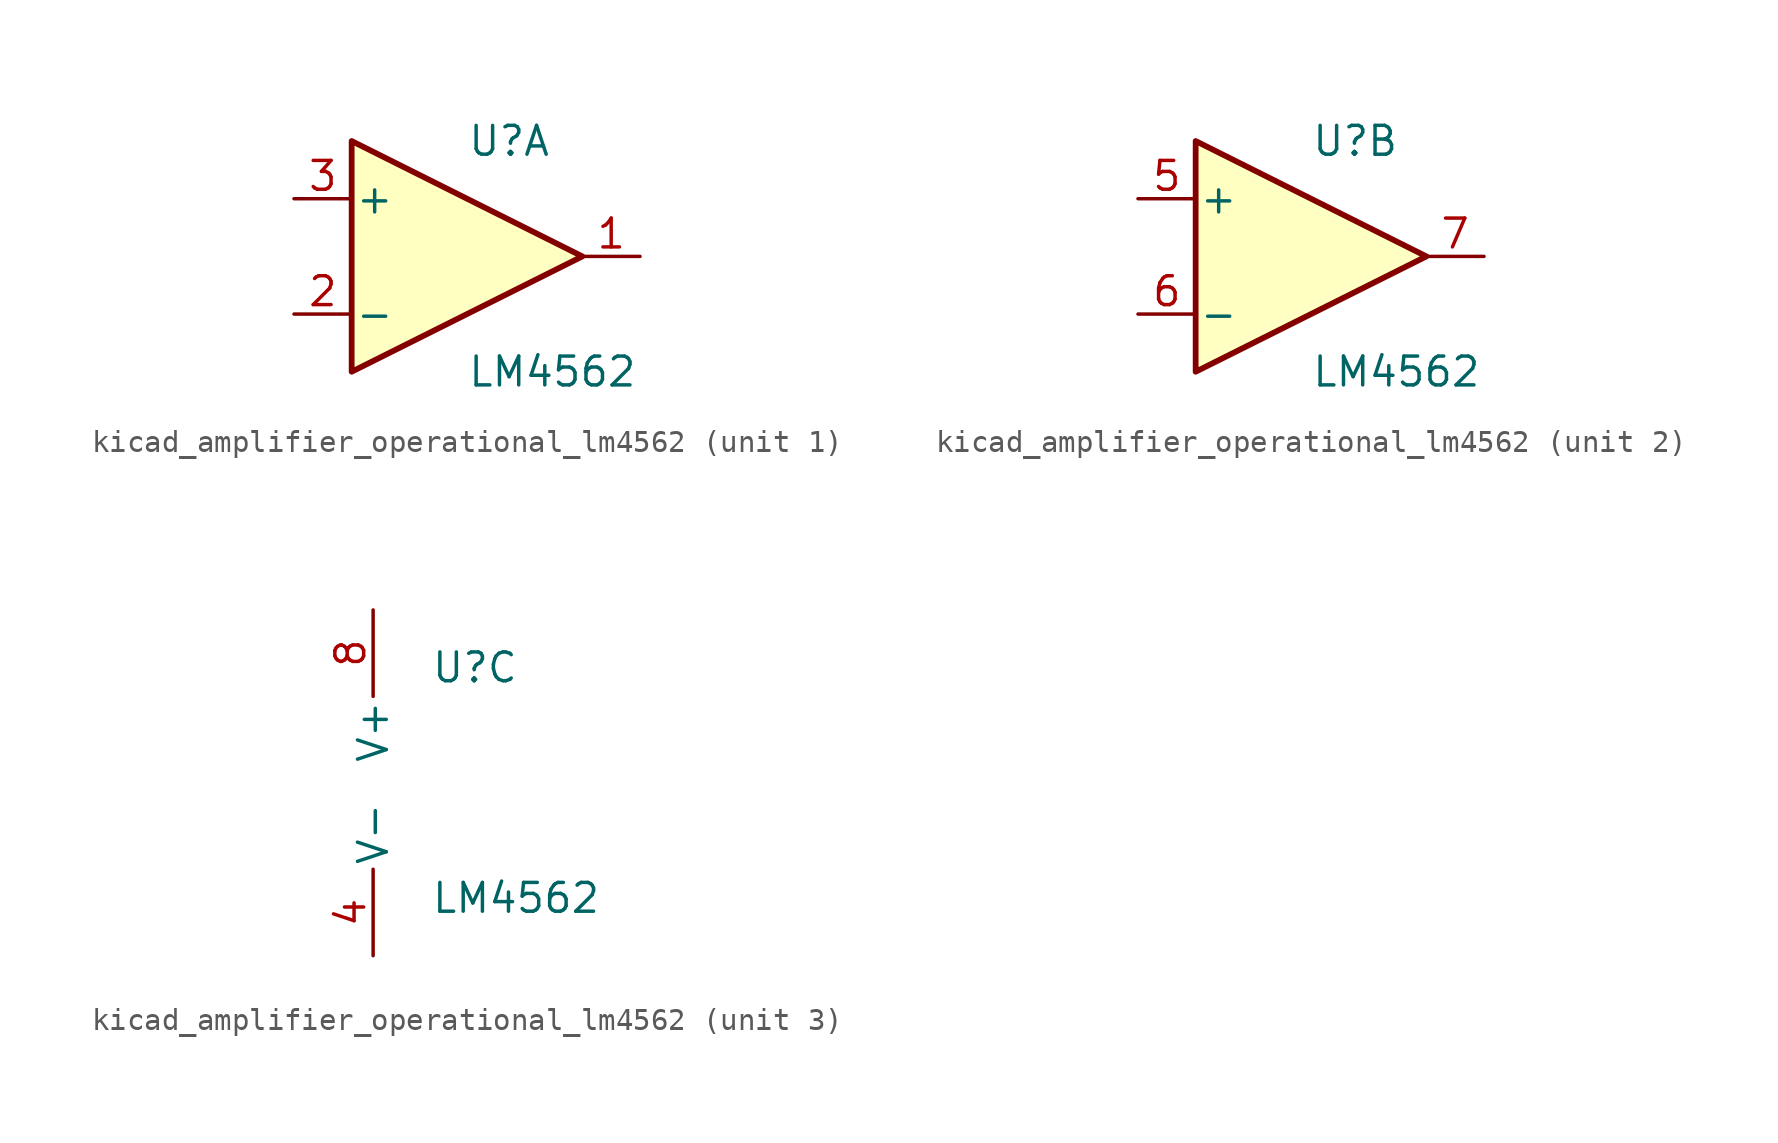
<source format=kicad_sym>
(kicad_symbol_lib
  (version 20220914)
  (generator kicad_symbol_editor)
  (symbol "kicad_amplifier_operational_lm4562"
    (pin_names
      (offset 0.127))
    (property "Reference" "U"
      (at 0 5.08 0)
      (effects (font (size 1.27 1.27)) (justify left)))
    (property "Value" "LM4562"
      (at 0 -5.08 0)
      (effects (font (size 1.27 1.27)) (justify left)))
    (property "ki_locked" ""
      (at 0 0 0)
      (effects (font (size 1.27 1.27))))
    (symbol "kicad_amplifier_operational_lm4562_1_1"
      (polyline (pts (xy -5.08 5.08) (xy 5.08 0) (xy -5.08 -5.08) (xy -5.08 5.08)) (stroke (width 0.254) (type default)) (fill (type background)))
      (pin output line (at 7.62 0 180) (length 2.54) (name "~" (effects (font (size 1.27 1.27)))) (number "1" (effects (font (size 1.27 1.27)))))
      (pin input line (at -7.62 -2.54 0) (length 2.54) (name "-" (effects (font (size 1.27 1.27)))) (number "2" (effects (font (size 1.27 1.27)))))
      (pin input line (at -7.62 2.54 0) (length 2.54) (name "+" (effects (font (size 1.27 1.27)))) (number "3" (effects (font (size 1.27 1.27))))))
    (symbol "kicad_amplifier_operational_lm4562_2_1"
      (polyline (pts (xy -5.08 5.08) (xy 5.08 0) (xy -5.08 -5.08) (xy -5.08 5.08)) (stroke (width 0.254) (type default)) (fill (type background)))
      (pin input line (at -7.62 2.54 0) (length 2.54) (name "+" (effects (font (size 1.27 1.27)))) (number "5" (effects (font (size 1.27 1.27)))))
      (pin input line (at -7.62 -2.54 0) (length 2.54) (name "-" (effects (font (size 1.27 1.27)))) (number "6" (effects (font (size 1.27 1.27)))))
      (pin output line (at 7.62 0 180) (length 2.54) (name "~" (effects (font (size 1.27 1.27)))) (number "7" (effects (font (size 1.27 1.27))))))
    (symbol "kicad_amplifier_operational_lm4562_3_1"
      (pin power_in line (at -2.54 -7.62 90) (length 3.81) (name "V-" (effects (font (size 1.27 1.27)))) (number "4" (effects (font (size 1.27 1.27)))))
      (pin power_in line (at -2.54 7.62 270) (length 3.81) (name "V+" (effects (font (size 1.27 1.27)))) (number "8" (effects (font (size 1.27 1.27))))))))
</source>
